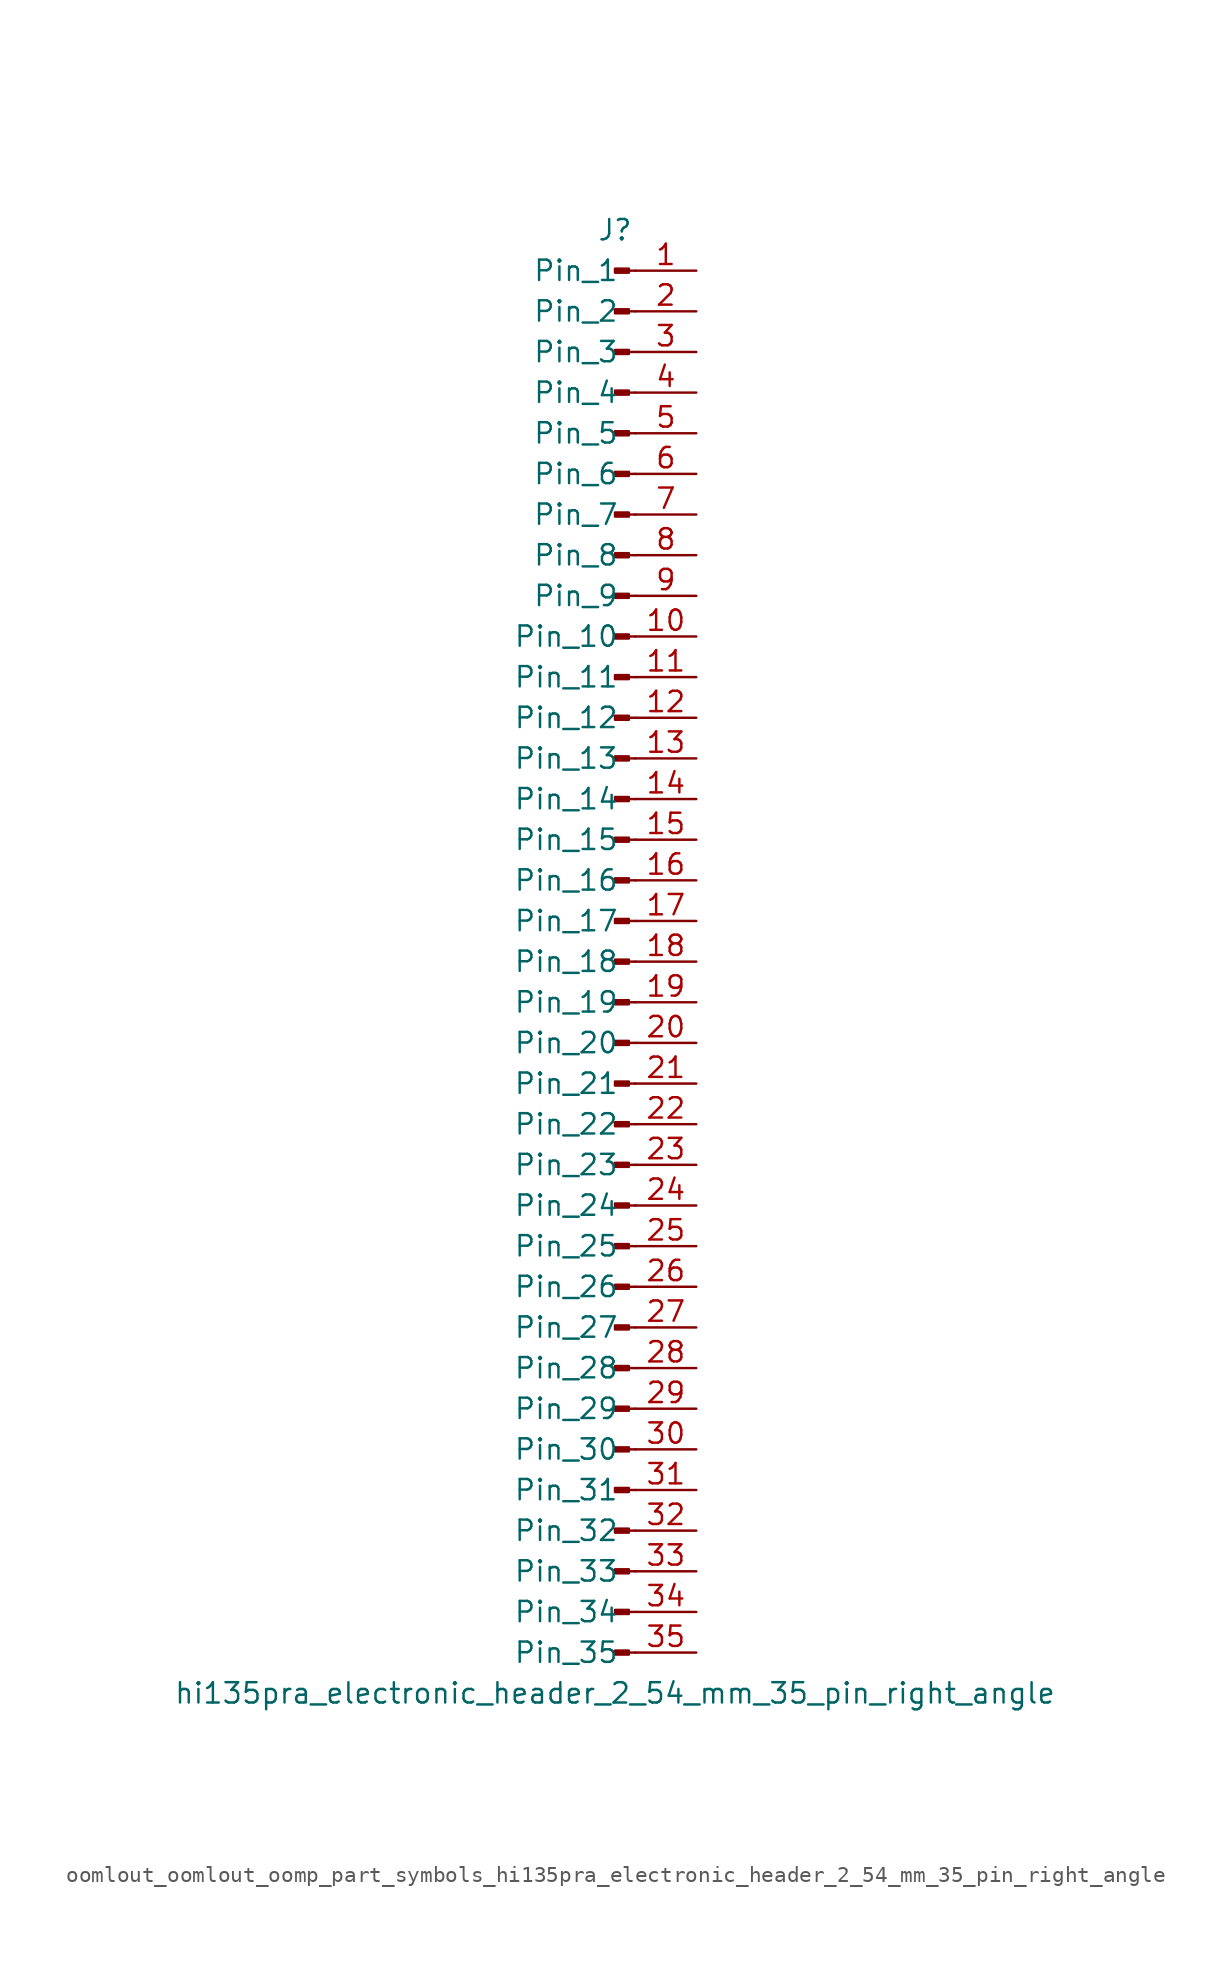
<source format=kicad_sym>
(kicad_symbol_lib
  (version 20220914)
  (generator kicad_symbol_editor)
  (symbol "oomlout_oomlout_oomp_part_symbols_hi135pra_electronic_header_2_54_mm_35_pin_right_angle"
    (pin_names
      (offset 1.016))
    (property "Reference" "J"
      (at 0 45.72 0)
      (effects (font (size 1.27 1.27))))
    (property "Value" "hi135pra_electronic_header_2_54_mm_35_pin_right_angle"
      (at 0 -45.72 0)
      (effects (font (size 1.27 1.27))))
    (property "ki_locked" ""
      (at 0 0 0)
      (effects (font (size 1.27 1.27))))
    (symbol "oomlout_oomlout_oomp_part_symbols_hi135pra_electronic_header_2_54_mm_35_pin_right_angle_1_1"
      (polyline (pts (xy 1.27 -43.18) (xy 0.864 -43.18)) (stroke (width 0.152) (type default)) (fill (type none)))
      (polyline (pts (xy 1.27 -40.64) (xy 0.864 -40.64)) (stroke (width 0.152) (type default)) (fill (type none)))
      (polyline (pts (xy 1.27 -38.1) (xy 0.864 -38.1)) (stroke (width 0.152) (type default)) (fill (type none)))
      (polyline (pts (xy 1.27 -35.56) (xy 0.864 -35.56)) (stroke (width 0.152) (type default)) (fill (type none)))
      (polyline (pts (xy 1.27 -33.02) (xy 0.864 -33.02)) (stroke (width 0.152) (type default)) (fill (type none)))
      (polyline (pts (xy 1.27 -30.48) (xy 0.864 -30.48)) (stroke (width 0.152) (type default)) (fill (type none)))
      (polyline (pts (xy 1.27 -27.94) (xy 0.864 -27.94)) (stroke (width 0.152) (type default)) (fill (type none)))
      (polyline (pts (xy 1.27 -25.4) (xy 0.864 -25.4)) (stroke (width 0.152) (type default)) (fill (type none)))
      (polyline (pts (xy 1.27 -22.86) (xy 0.864 -22.86)) (stroke (width 0.152) (type default)) (fill (type none)))
      (polyline (pts (xy 1.27 -20.32) (xy 0.864 -20.32)) (stroke (width 0.152) (type default)) (fill (type none)))
      (polyline (pts (xy 1.27 -17.78) (xy 0.864 -17.78)) (stroke (width 0.152) (type default)) (fill (type none)))
      (polyline (pts (xy 1.27 -15.24) (xy 0.864 -15.24)) (stroke (width 0.152) (type default)) (fill (type none)))
      (polyline (pts (xy 1.27 -12.7) (xy 0.864 -12.7)) (stroke (width 0.152) (type default)) (fill (type none)))
      (polyline (pts (xy 1.27 -10.16) (xy 0.864 -10.16)) (stroke (width 0.152) (type default)) (fill (type none)))
      (polyline (pts (xy 1.27 -7.62) (xy 0.864 -7.62)) (stroke (width 0.152) (type default)) (fill (type none)))
      (polyline (pts (xy 1.27 -5.08) (xy 0.864 -5.08)) (stroke (width 0.152) (type default)) (fill (type none)))
      (polyline (pts (xy 1.27 -2.54) (xy 0.864 -2.54)) (stroke (width 0.152) (type default)) (fill (type none)))
      (polyline (pts (xy 1.27 0) (xy 0.864 0)) (stroke (width 0.152) (type default)) (fill (type none)))
      (polyline (pts (xy 1.27 2.54) (xy 0.864 2.54)) (stroke (width 0.152) (type default)) (fill (type none)))
      (polyline (pts (xy 1.27 5.08) (xy 0.864 5.08)) (stroke (width 0.152) (type default)) (fill (type none)))
      (polyline (pts (xy 1.27 7.62) (xy 0.864 7.62)) (stroke (width 0.152) (type default)) (fill (type none)))
      (polyline (pts (xy 1.27 10.16) (xy 0.864 10.16)) (stroke (width 0.152) (type default)) (fill (type none)))
      (polyline (pts (xy 1.27 12.7) (xy 0.864 12.7)) (stroke (width 0.152) (type default)) (fill (type none)))
      (polyline (pts (xy 1.27 15.24) (xy 0.864 15.24)) (stroke (width 0.152) (type default)) (fill (type none)))
      (polyline (pts (xy 1.27 17.78) (xy 0.864 17.78)) (stroke (width 0.152) (type default)) (fill (type none)))
      (polyline (pts (xy 1.27 20.32) (xy 0.864 20.32)) (stroke (width 0.152) (type default)) (fill (type none)))
      (polyline (pts (xy 1.27 22.86) (xy 0.864 22.86)) (stroke (width 0.152) (type default)) (fill (type none)))
      (polyline (pts (xy 1.27 25.4) (xy 0.864 25.4)) (stroke (width 0.152) (type default)) (fill (type none)))
      (polyline (pts (xy 1.27 27.94) (xy 0.864 27.94)) (stroke (width 0.152) (type default)) (fill (type none)))
      (polyline (pts (xy 1.27 30.48) (xy 0.864 30.48)) (stroke (width 0.152) (type default)) (fill (type none)))
      (polyline (pts (xy 1.27 33.02) (xy 0.864 33.02)) (stroke (width 0.152) (type default)) (fill (type none)))
      (polyline (pts (xy 1.27 35.56) (xy 0.864 35.56)) (stroke (width 0.152) (type default)) (fill (type none)))
      (polyline (pts (xy 1.27 38.1) (xy 0.864 38.1)) (stroke (width 0.152) (type default)) (fill (type none)))
      (polyline (pts (xy 1.27 40.64) (xy 0.864 40.64)) (stroke (width 0.152) (type default)) (fill (type none)))
      (polyline (pts (xy 1.27 43.18) (xy 0.864 43.18)) (stroke (width 0.152) (type default)) (fill (type none)))
      (rectangle (start 0.864 -43.053) (end 0 -43.307) (stroke (width 0.152) (type default)) (fill (type outline)))
      (rectangle (start 0.864 -40.513) (end 0 -40.767) (stroke (width 0.152) (type default)) (fill (type outline)))
      (rectangle (start 0.864 -37.973) (end 0 -38.227) (stroke (width 0.152) (type default)) (fill (type outline)))
      (rectangle (start 0.864 -35.433) (end 0 -35.687) (stroke (width 0.152) (type default)) (fill (type outline)))
      (rectangle (start 0.864 -32.893) (end 0 -33.147) (stroke (width 0.152) (type default)) (fill (type outline)))
      (rectangle (start 0.864 -30.353) (end 0 -30.607) (stroke (width 0.152) (type default)) (fill (type outline)))
      (rectangle (start 0.864 -27.813) (end 0 -28.067) (stroke (width 0.152) (type default)) (fill (type outline)))
      (rectangle (start 0.864 -25.273) (end 0 -25.527) (stroke (width 0.152) (type default)) (fill (type outline)))
      (rectangle (start 0.864 -22.733) (end 0 -22.987) (stroke (width 0.152) (type default)) (fill (type outline)))
      (rectangle (start 0.864 -20.193) (end 0 -20.447) (stroke (width 0.152) (type default)) (fill (type outline)))
      (rectangle (start 0.864 -17.653) (end 0 -17.907) (stroke (width 0.152) (type default)) (fill (type outline)))
      (rectangle (start 0.864 -15.113) (end 0 -15.367) (stroke (width 0.152) (type default)) (fill (type outline)))
      (rectangle (start 0.864 -12.573) (end 0 -12.827) (stroke (width 0.152) (type default)) (fill (type outline)))
      (rectangle (start 0.864 -10.033) (end 0 -10.287) (stroke (width 0.152) (type default)) (fill (type outline)))
      (rectangle (start 0.864 -7.493) (end 0 -7.747) (stroke (width 0.152) (type default)) (fill (type outline)))
      (rectangle (start 0.864 -4.953) (end 0 -5.207) (stroke (width 0.152) (type default)) (fill (type outline)))
      (rectangle (start 0.864 -2.413) (end 0 -2.667) (stroke (width 0.152) (type default)) (fill (type outline)))
      (rectangle (start 0.864 0.127) (end 0 -0.127) (stroke (width 0.152) (type default)) (fill (type outline)))
      (rectangle (start 0.864 2.667) (end 0 2.413) (stroke (width 0.152) (type default)) (fill (type outline)))
      (rectangle (start 0.864 5.207) (end 0 4.953) (stroke (width 0.152) (type default)) (fill (type outline)))
      (rectangle (start 0.864 7.747) (end 0 7.493) (stroke (width 0.152) (type default)) (fill (type outline)))
      (rectangle (start 0.864 10.287) (end 0 10.033) (stroke (width 0.152) (type default)) (fill (type outline)))
      (rectangle (start 0.864 12.827) (end 0 12.573) (stroke (width 0.152) (type default)) (fill (type outline)))
      (rectangle (start 0.864 15.367) (end 0 15.113) (stroke (width 0.152) (type default)) (fill (type outline)))
      (rectangle (start 0.864 17.907) (end 0 17.653) (stroke (width 0.152) (type default)) (fill (type outline)))
      (rectangle (start 0.864 20.447) (end 0 20.193) (stroke (width 0.152) (type default)) (fill (type outline)))
      (rectangle (start 0.864 22.987) (end 0 22.733) (stroke (width 0.152) (type default)) (fill (type outline)))
      (rectangle (start 0.864 25.527) (end 0 25.273) (stroke (width 0.152) (type default)) (fill (type outline)))
      (rectangle (start 0.864 28.067) (end 0 27.813) (stroke (width 0.152) (type default)) (fill (type outline)))
      (rectangle (start 0.864 30.607) (end 0 30.353) (stroke (width 0.152) (type default)) (fill (type outline)))
      (rectangle (start 0.864 33.147) (end 0 32.893) (stroke (width 0.152) (type default)) (fill (type outline)))
      (rectangle (start 0.864 35.687) (end 0 35.433) (stroke (width 0.152) (type default)) (fill (type outline)))
      (rectangle (start 0.864 38.227) (end 0 37.973) (stroke (width 0.152) (type default)) (fill (type outline)))
      (rectangle (start 0.864 40.767) (end 0 40.513) (stroke (width 0.152) (type default)) (fill (type outline)))
      (rectangle (start 0.864 43.307) (end 0 43.053) (stroke (width 0.152) (type default)) (fill (type outline)))
      (pin passive line (at 5.08 43.18 180) (length 3.81) (name "Pin_1" (effects (font (size 1.27 1.27)))) (number "1" (effects (font (size 1.27 1.27)))))
      (pin passive line (at 5.08 20.32 180) (length 3.81) (name "Pin_10" (effects (font (size 1.27 1.27)))) (number "10" (effects (font (size 1.27 1.27)))))
      (pin passive line (at 5.08 17.78 180) (length 3.81) (name "Pin_11" (effects (font (size 1.27 1.27)))) (number "11" (effects (font (size 1.27 1.27)))))
      (pin passive line (at 5.08 15.24 180) (length 3.81) (name "Pin_12" (effects (font (size 1.27 1.27)))) (number "12" (effects (font (size 1.27 1.27)))))
      (pin passive line (at 5.08 12.7 180) (length 3.81) (name "Pin_13" (effects (font (size 1.27 1.27)))) (number "13" (effects (font (size 1.27 1.27)))))
      (pin passive line (at 5.08 10.16 180) (length 3.81) (name "Pin_14" (effects (font (size 1.27 1.27)))) (number "14" (effects (font (size 1.27 1.27)))))
      (pin passive line (at 5.08 7.62 180) (length 3.81) (name "Pin_15" (effects (font (size 1.27 1.27)))) (number "15" (effects (font (size 1.27 1.27)))))
      (pin passive line (at 5.08 5.08 180) (length 3.81) (name "Pin_16" (effects (font (size 1.27 1.27)))) (number "16" (effects (font (size 1.27 1.27)))))
      (pin passive line (at 5.08 2.54 180) (length 3.81) (name "Pin_17" (effects (font (size 1.27 1.27)))) (number "17" (effects (font (size 1.27 1.27)))))
      (pin passive line (at 5.08 0 180) (length 3.81) (name "Pin_18" (effects (font (size 1.27 1.27)))) (number "18" (effects (font (size 1.27 1.27)))))
      (pin passive line (at 5.08 -2.54 180) (length 3.81) (name "Pin_19" (effects (font (size 1.27 1.27)))) (number "19" (effects (font (size 1.27 1.27)))))
      (pin passive line (at 5.08 40.64 180) (length 3.81) (name "Pin_2" (effects (font (size 1.27 1.27)))) (number "2" (effects (font (size 1.27 1.27)))))
      (pin passive line (at 5.08 -5.08 180) (length 3.81) (name "Pin_20" (effects (font (size 1.27 1.27)))) (number "20" (effects (font (size 1.27 1.27)))))
      (pin passive line (at 5.08 -7.62 180) (length 3.81) (name "Pin_21" (effects (font (size 1.27 1.27)))) (number "21" (effects (font (size 1.27 1.27)))))
      (pin passive line (at 5.08 -10.16 180) (length 3.81) (name "Pin_22" (effects (font (size 1.27 1.27)))) (number "22" (effects (font (size 1.27 1.27)))))
      (pin passive line (at 5.08 -12.7 180) (length 3.81) (name "Pin_23" (effects (font (size 1.27 1.27)))) (number "23" (effects (font (size 1.27 1.27)))))
      (pin passive line (at 5.08 -15.24 180) (length 3.81) (name "Pin_24" (effects (font (size 1.27 1.27)))) (number "24" (effects (font (size 1.27 1.27)))))
      (pin passive line (at 5.08 -17.78 180) (length 3.81) (name "Pin_25" (effects (font (size 1.27 1.27)))) (number "25" (effects (font (size 1.27 1.27)))))
      (pin passive line (at 5.08 -20.32 180) (length 3.81) (name "Pin_26" (effects (font (size 1.27 1.27)))) (number "26" (effects (font (size 1.27 1.27)))))
      (pin passive line (at 5.08 -22.86 180) (length 3.81) (name "Pin_27" (effects (font (size 1.27 1.27)))) (number "27" (effects (font (size 1.27 1.27)))))
      (pin passive line (at 5.08 -25.4 180) (length 3.81) (name "Pin_28" (effects (font (size 1.27 1.27)))) (number "28" (effects (font (size 1.27 1.27)))))
      (pin passive line (at 5.08 -27.94 180) (length 3.81) (name "Pin_29" (effects (font (size 1.27 1.27)))) (number "29" (effects (font (size 1.27 1.27)))))
      (pin passive line (at 5.08 38.1 180) (length 3.81) (name "Pin_3" (effects (font (size 1.27 1.27)))) (number "3" (effects (font (size 1.27 1.27)))))
      (pin passive line (at 5.08 -30.48 180) (length 3.81) (name "Pin_30" (effects (font (size 1.27 1.27)))) (number "30" (effects (font (size 1.27 1.27)))))
      (pin passive line (at 5.08 -33.02 180) (length 3.81) (name "Pin_31" (effects (font (size 1.27 1.27)))) (number "31" (effects (font (size 1.27 1.27)))))
      (pin passive line (at 5.08 -35.56 180) (length 3.81) (name "Pin_32" (effects (font (size 1.27 1.27)))) (number "32" (effects (font (size 1.27 1.27)))))
      (pin passive line (at 5.08 -38.1 180) (length 3.81) (name "Pin_33" (effects (font (size 1.27 1.27)))) (number "33" (effects (font (size 1.27 1.27)))))
      (pin passive line (at 5.08 -40.64 180) (length 3.81) (name "Pin_34" (effects (font (size 1.27 1.27)))) (number "34" (effects (font (size 1.27 1.27)))))
      (pin passive line (at 5.08 -43.18 180) (length 3.81) (name "Pin_35" (effects (font (size 1.27 1.27)))) (number "35" (effects (font (size 1.27 1.27)))))
      (pin passive line (at 5.08 35.56 180) (length 3.81) (name "Pin_4" (effects (font (size 1.27 1.27)))) (number "4" (effects (font (size 1.27 1.27)))))
      (pin passive line (at 5.08 33.02 180) (length 3.81) (name "Pin_5" (effects (font (size 1.27 1.27)))) (number "5" (effects (font (size 1.27 1.27)))))
      (pin passive line (at 5.08 30.48 180) (length 3.81) (name "Pin_6" (effects (font (size 1.27 1.27)))) (number "6" (effects (font (size 1.27 1.27)))))
      (pin passive line (at 5.08 27.94 180) (length 3.81) (name "Pin_7" (effects (font (size 1.27 1.27)))) (number "7" (effects (font (size 1.27 1.27)))))
      (pin passive line (at 5.08 25.4 180) (length 3.81) (name "Pin_8" (effects (font (size 1.27 1.27)))) (number "8" (effects (font (size 1.27 1.27)))))
      (pin passive line (at 5.08 22.86 180) (length 3.81) (name "Pin_9" (effects (font (size 1.27 1.27)))) (number "9" (effects (font (size 1.27 1.27))))))))
</source>
